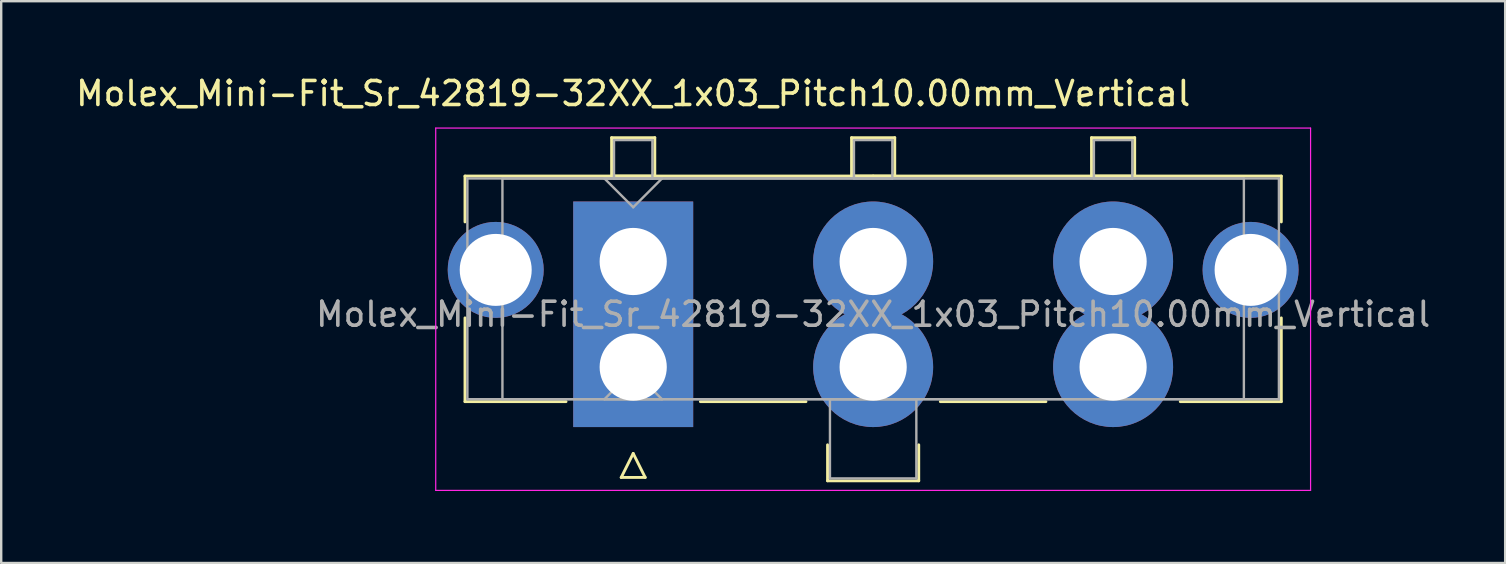
<source format=kicad_pcb>
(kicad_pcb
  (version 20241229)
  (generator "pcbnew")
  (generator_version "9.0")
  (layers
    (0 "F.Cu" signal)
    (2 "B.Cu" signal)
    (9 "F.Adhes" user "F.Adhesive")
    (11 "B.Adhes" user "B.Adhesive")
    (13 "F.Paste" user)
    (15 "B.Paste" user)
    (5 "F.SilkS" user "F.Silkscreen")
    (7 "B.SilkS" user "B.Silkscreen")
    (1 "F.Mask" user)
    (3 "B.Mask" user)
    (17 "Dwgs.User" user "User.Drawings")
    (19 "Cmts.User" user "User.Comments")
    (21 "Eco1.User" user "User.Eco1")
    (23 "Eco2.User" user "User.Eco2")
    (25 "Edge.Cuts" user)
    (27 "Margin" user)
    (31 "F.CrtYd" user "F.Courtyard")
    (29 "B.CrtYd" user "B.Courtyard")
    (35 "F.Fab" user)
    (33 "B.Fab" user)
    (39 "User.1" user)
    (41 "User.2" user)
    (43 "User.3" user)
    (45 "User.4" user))
  (footprint "Molex_Mini-Fit_Sr_42819-32XX_1x03_Pitch10.00mm_Vertical"
    (layer "F.Cu")
    (at 23.339 7.848)
    (property "Reference" "Molex_Mini-Fit_Sr_42819-32XX_1x03_Pitch10.00mm_Vertical" (at 0 -7 0) (layer "F.SilkS") (effects (font (size 1 1) (thickness 0.15))))
    (attr through_hole)
    (fp_line (start -7.01 -3.56) (end -7.01 -1.65) (stroke (width 0.12) (type solid)) (layer "F.SilkS"))
    (fp_line (start -7.01 2.35) (end -7.01 5.84) (stroke (width 0.12) (type solid)) (layer "F.SilkS"))
    (fp_line (start -7.01 5.84) (end -2.8 5.84) (stroke (width 0.12) (type solid)) (layer "F.SilkS"))
    (fp_line (start -0.9 -5.16) (end 0.9 -5.16) (stroke (width 0.12) (type solid)) (layer "F.SilkS"))
    (fp_line (start -0.9 -3.56) (end -0.9 -5.16) (stroke (width 0.12) (type solid)) (layer "F.SilkS"))
    (fp_line (start -0.5 9) (end 0 8) (stroke (width 0.12) (type solid)) (layer "F.SilkS"))
    (fp_line (start 0 8) (end 0.5 9) (stroke (width 0.12) (type solid)) (layer "F.SilkS"))
    (fp_line (start 0.5 9) (end -0.5 9) (stroke (width 0.12) (type solid)) (layer "F.SilkS"))
    (fp_line (start 0.9 -5.16) (end 0.9 -3.56) (stroke (width 0.12) (type solid)) (layer "F.SilkS"))
    (fp_line (start 0.9 -3.56) (end -0.9 -3.56) (stroke (width 0.12) (type solid)) (layer "F.SilkS"))
    (fp_line (start 2.8 5.84) (end 7.2 5.84) (stroke (width 0.12) (type solid)) (layer "F.SilkS"))
    (fp_line (start 8.1 7.64) (end 8.1 9.14) (stroke (width 0.12) (type solid)) (layer "F.SilkS"))
    (fp_line (start 8.1 9.14) (end 11.9 9.14) (stroke (width 0.12) (type solid)) (layer "F.SilkS"))
    (fp_line (start 9.1 -5.16) (end 10.9 -5.16) (stroke (width 0.12) (type solid)) (layer "F.SilkS"))
    (fp_line (start 9.1 -3.56) (end 9.1 -5.16) (stroke (width 0.12) (type solid)) (layer "F.SilkS"))
    (fp_line (start 10 -3.56) (end -7.01 -3.56) (stroke (width 0.12) (type solid)) (layer "F.SilkS"))
    (fp_line (start 10 -3.56) (end 27.01 -3.56) (stroke (width 0.12) (type solid)) (layer "F.SilkS"))
    (fp_line (start 10.9 -5.16) (end 10.9 -3.56) (stroke (width 0.12) (type solid)) (layer "F.SilkS"))
    (fp_line (start 10.9 -3.56) (end 9.1 -3.56) (stroke (width 0.12) (type solid)) (layer "F.SilkS"))
    (fp_line (start 11.9 9.14) (end 11.9 7.64) (stroke (width 0.12) (type solid)) (layer "F.SilkS"))
    (fp_line (start 12.8 5.84) (end 17.2 5.84) (stroke (width 0.12) (type solid)) (layer "F.SilkS"))
    (fp_line (start 19.1 -5.16) (end 20.9 -5.16) (stroke (width 0.12) (type solid)) (layer "F.SilkS"))
    (fp_line (start 19.1 -3.56) (end 19.1 -5.16) (stroke (width 0.12) (type solid)) (layer "F.SilkS"))
    (fp_line (start 20.9 -5.16) (end 20.9 -3.56) (stroke (width 0.12) (type solid)) (layer "F.SilkS"))
    (fp_line (start 20.9 -3.56) (end 19.1 -3.56) (stroke (width 0.12) (type solid)) (layer "F.SilkS"))
    (fp_line (start 27.01 -3.56) (end 27.01 -1.65) (stroke (width 0.12) (type solid)) (layer "F.SilkS"))
    (fp_line (start 27.01 2.35) (end 27.01 5.84) (stroke (width 0.12) (type solid)) (layer "F.SilkS"))
    (fp_line (start 27.01 5.84) (end 22.8 5.84) (stroke (width 0.12) (type solid)) (layer "F.SilkS"))
    (fp_line (start -8.23 -5.56) (end -8.23 9.54) (stroke (width 0.05) (type solid)) (layer "F.CrtYd"))
    (fp_line (start -8.23 9.54) (end 28.23 9.54) (stroke (width 0.05) (type solid)) (layer "F.CrtYd"))
    (fp_line (start 28.23 -5.56) (end -8.23 -5.56) (stroke (width 0.05) (type solid)) (layer "F.CrtYd"))
    (fp_line (start 28.23 9.54) (end 28.23 -5.56) (stroke (width 0.05) (type solid)) (layer "F.CrtYd"))
    (fp_line (start -6.91 -3.46) (end -6.91 5.74) (stroke (width 0.1) (type solid)) (layer "F.Fab"))
    (fp_line (start -6.91 5.74) (end 26.91 5.74) (stroke (width 0.1) (type solid)) (layer "F.Fab"))
    (fp_line (start -5.45 -3.46) (end -5.45 5.74) (stroke (width 0.1) (type solid)) (layer "F.Fab"))
    (fp_line (start -5.45 5.74) (end 25.45 5.74) (stroke (width 0.1) (type solid)) (layer "F.Fab"))
    (fp_line (start -1.2 -3.46) (end 0 -2.26) (stroke (width 0.1) (type solid)) (layer "F.Fab"))
    (fp_line (start -1.2 5.74) (end 0 4.54) (stroke (width 0.1) (type solid)) (layer "F.Fab"))
    (fp_line (start -0.8 -5.06) (end 0.8 -5.06) (stroke (width 0.1) (type solid)) (layer "F.Fab"))
    (fp_line (start -0.8 -3.46) (end -0.8 -5.06) (stroke (width 0.1) (type solid)) (layer "F.Fab"))
    (fp_line (start 0 -2.26) (end 1.2 -3.46) (stroke (width 0.1) (type solid)) (layer "F.Fab"))
    (fp_line (start 0 4.54) (end 1.2 5.74) (stroke (width 0.1) (type solid)) (layer "F.Fab"))
    (fp_line (start 0.8 -5.06) (end 0.8 -3.46) (stroke (width 0.1) (type solid)) (layer "F.Fab"))
    (fp_line (start 0.8 -3.46) (end -0.8 -3.46) (stroke (width 0.1) (type solid)) (layer "F.Fab"))
    (fp_line (start 1.2 -3.46) (end -1.2 -3.46) (stroke (width 0.1) (type solid)) (layer "F.Fab"))
    (fp_line (start 1.2 5.74) (end -1.2 5.74) (stroke (width 0.1) (type solid)) (layer "F.Fab"))
    (fp_line (start 8.2 5.74) (end 8.2 9.04) (stroke (width 0.1) (type solid)) (layer "F.Fab"))
    (fp_line (start 8.2 9.04) (end 11.8 9.04) (stroke (width 0.1) (type solid)) (layer "F.Fab"))
    (fp_line (start 9.2 -5.06) (end 10.8 -5.06) (stroke (width 0.1) (type solid)) (layer "F.Fab"))
    (fp_line (start 9.2 -3.46) (end 9.2 -5.06) (stroke (width 0.1) (type solid)) (layer "F.Fab"))
    (fp_line (start 10.8 -5.06) (end 10.8 -3.46) (stroke (width 0.1) (type solid)) (layer "F.Fab"))
    (fp_line (start 10.8 -3.46) (end 9.2 -3.46) (stroke (width 0.1) (type solid)) (layer "F.Fab"))
    (fp_line (start 11.8 5.74) (end 8.2 5.74) (stroke (width 0.1) (type solid)) (layer "F.Fab"))
    (fp_line (start 11.8 9.04) (end 11.8 5.74) (stroke (width 0.1) (type solid)) (layer "F.Fab"))
    (fp_line (start 19.2 -5.06) (end 20.8 -5.06) (stroke (width 0.1) (type solid)) (layer "F.Fab"))
    (fp_line (start 19.2 -3.46) (end 19.2 -5.06) (stroke (width 0.1) (type solid)) (layer "F.Fab"))
    (fp_line (start 20.8 -5.06) (end 20.8 -3.46) (stroke (width 0.1) (type solid)) (layer "F.Fab"))
    (fp_line (start 20.8 -3.46) (end 19.2 -3.46) (stroke (width 0.1) (type solid)) (layer "F.Fab"))
    (fp_line (start 25.45 -3.46) (end -5.45 -3.46) (stroke (width 0.1) (type solid)) (layer "F.Fab"))
    (fp_line (start 25.45 5.74) (end 25.45 -3.46) (stroke (width 0.1) (type solid)) (layer "F.Fab"))
    (fp_line (start 26.91 -3.46) (end -6.91 -3.46) (stroke (width 0.1) (type solid)) (layer "F.Fab"))
    (fp_line (start 26.91 5.74) (end 26.91 -3.46) (stroke (width 0.1) (type solid)) (layer "F.Fab"))
    (fp_text user "${REFERENCE}" (at 10 2.2 0) (layer "F.Fab") (effects (font (size 1 1) (thickness 0.15))))
    (pad "" thru_hole circle (at -5.73 0.35) (size 4 4) (drill 3) (layers "*.Cu" "*.Mask"))
    (pad "" thru_hole circle (at 25.73 0.35) (size 4 4) (drill 3) (layers "*.Cu" "*.Mask"))
    (pad "1" thru_hole rect (at 0 0) (size 5 5) (drill 2.8) (layers "*.Cu" "*.Mask"))
    (pad "1" thru_hole rect (at 0 4.4) (size 5 5) (drill 2.8) (layers "*.Cu" "*.Mask"))
    (pad "2" thru_hole circle (at 10 0) (size 5 5) (drill 2.8) (layers "*.Cu" "*.Mask"))
    (pad "2" thru_hole circle (at 10 4.4) (size 5 5) (drill 2.8) (layers "*.Cu" "*.Mask"))
    (pad "3" thru_hole circle (at 20 0) (size 5 5) (drill 2.8) (layers "*.Cu" "*.Mask"))
    (pad "3" thru_hole circle (at 20 4.4) (size 5 5) (drill 2.8) (layers "*.Cu" "*.Mask")))
  (gr_rect
    (start -3 -3)
    (end 59.679 20.413)
    (stroke (width 0.1) (type default))
    (fill no)
    (layer "Edge.Cuts")))
</source>
